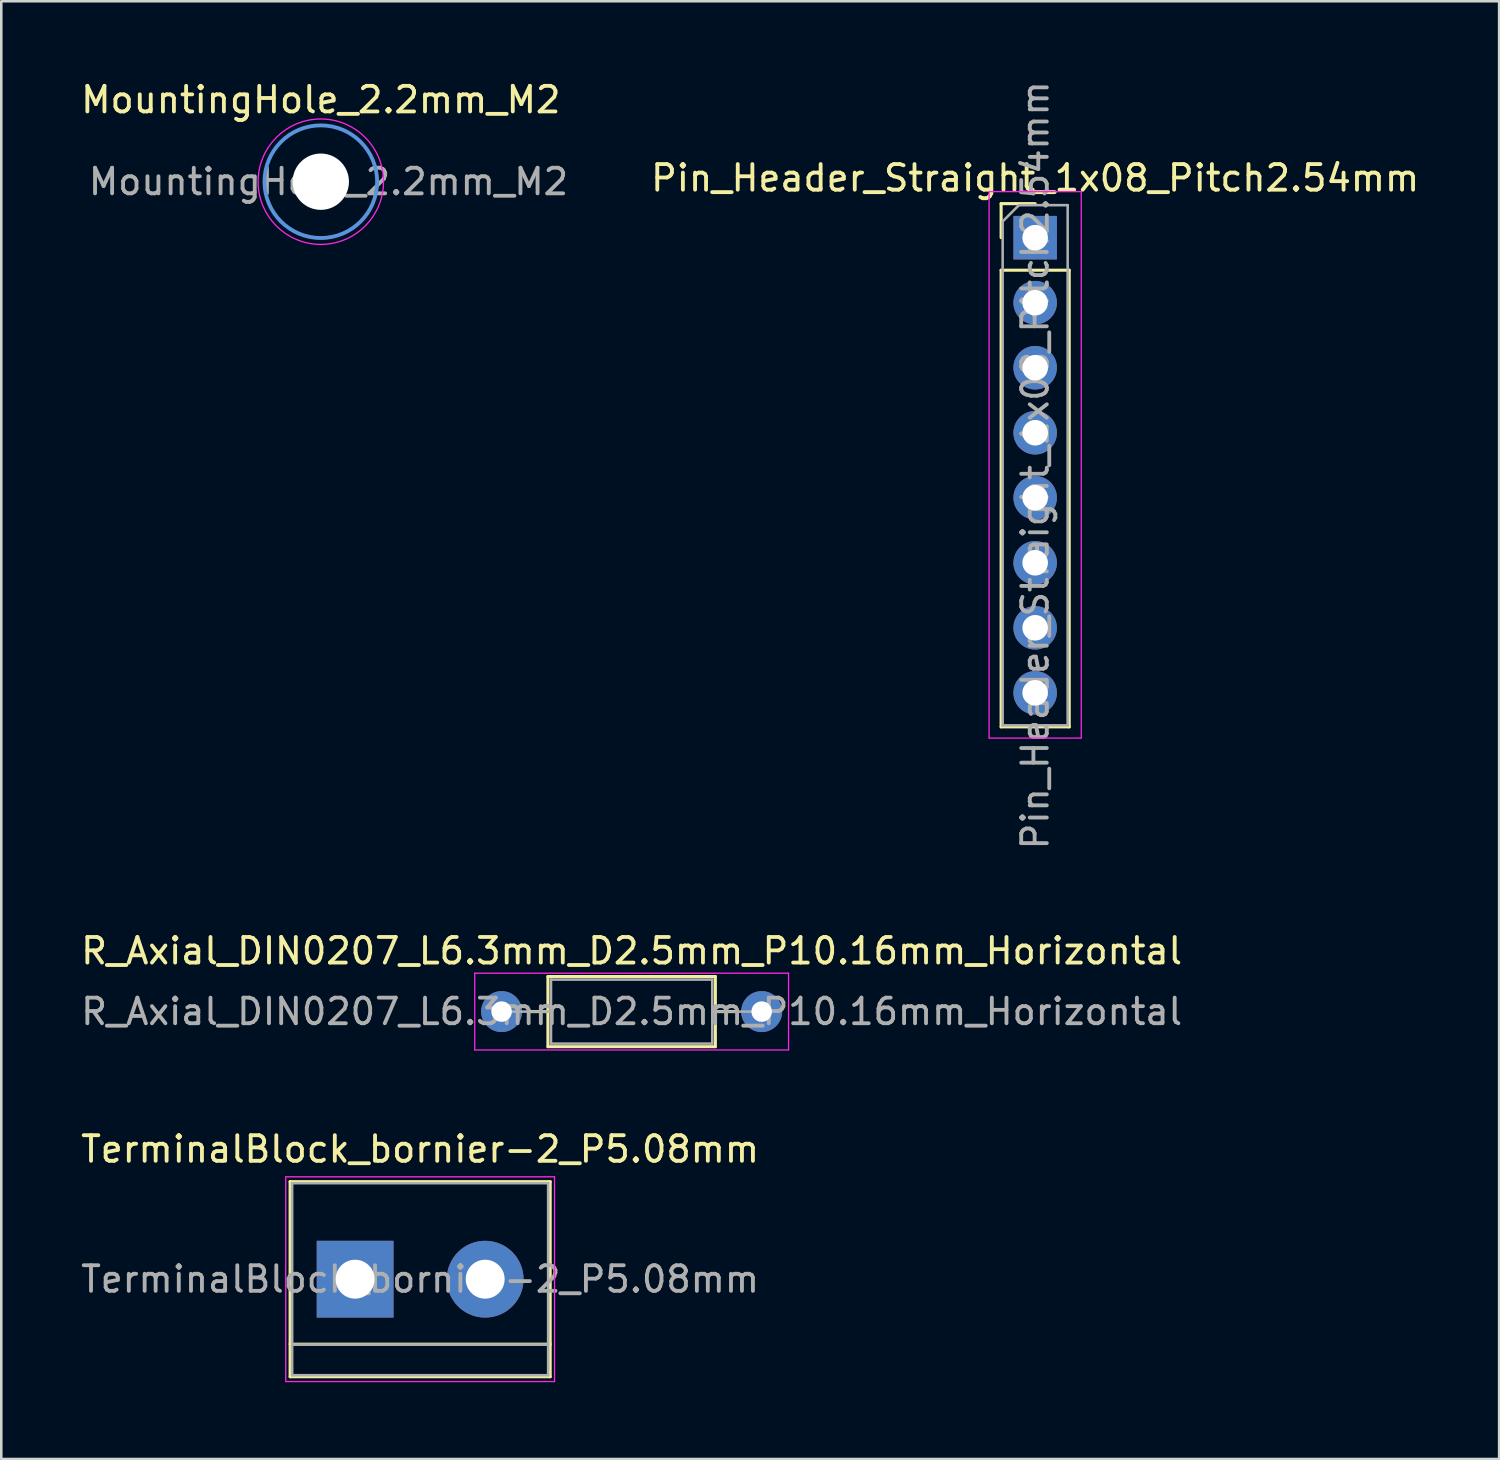
<source format=kicad_pcb>
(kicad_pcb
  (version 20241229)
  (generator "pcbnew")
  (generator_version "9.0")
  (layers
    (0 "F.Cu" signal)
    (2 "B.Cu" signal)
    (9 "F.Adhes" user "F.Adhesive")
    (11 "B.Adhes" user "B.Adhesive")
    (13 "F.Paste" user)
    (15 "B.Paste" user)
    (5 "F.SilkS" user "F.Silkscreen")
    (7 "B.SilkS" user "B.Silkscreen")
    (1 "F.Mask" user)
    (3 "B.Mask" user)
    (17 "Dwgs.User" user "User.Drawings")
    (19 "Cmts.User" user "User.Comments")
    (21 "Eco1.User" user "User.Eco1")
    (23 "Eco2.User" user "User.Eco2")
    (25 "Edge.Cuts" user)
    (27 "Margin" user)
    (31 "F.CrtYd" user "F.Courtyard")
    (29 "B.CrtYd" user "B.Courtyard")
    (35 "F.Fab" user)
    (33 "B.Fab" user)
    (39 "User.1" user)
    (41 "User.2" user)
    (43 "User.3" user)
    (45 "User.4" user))
  (footprint "TerminalBlock_bornier-2_P5.08mm"
    (layer "F.Cu")
    (at 10.823 46.922)
    (property "Reference" "TerminalBlock_bornier-2_P5.08mm" (at 2.54 -5.08 0) (layer "F.SilkS") (effects (font (size 1 1) (thickness 0.15))))
    (attr through_hole)
    (fp_line (start -2.54 -3.81) (end -2.54 3.81) (stroke (width 0.12) (type solid)) (layer "F.SilkS"))
    (fp_line (start -2.54 3.81) (end 7.62 3.81) (stroke (width 0.12) (type solid)) (layer "F.SilkS"))
    (fp_line (start 7.62 -3.81) (end -2.54 -3.81) (stroke (width 0.12) (type solid)) (layer "F.SilkS"))
    (fp_line (start 7.62 2.54) (end -2.54 2.54) (stroke (width 0.12) (type solid)) (layer "F.SilkS"))
    (fp_line (start 7.62 3.81) (end 7.62 -3.81) (stroke (width 0.12) (type solid)) (layer "F.SilkS"))
    (fp_line (start -2.71 -4) (end -2.71 4) (stroke (width 0.05) (type solid)) (layer "F.CrtYd"))
    (fp_line (start -2.71 -4) (end 7.79 -4) (stroke (width 0.05) (type solid)) (layer "F.CrtYd"))
    (fp_line (start 7.79 4) (end -2.71 4) (stroke (width 0.05) (type solid)) (layer "F.CrtYd"))
    (fp_line (start 7.79 4) (end 7.79 -4) (stroke (width 0.05) (type solid)) (layer "F.CrtYd"))
    (fp_line (start -2.46 -3.75) (end -2.46 3.75) (stroke (width 0.1) (type solid)) (layer "F.Fab"))
    (fp_line (start -2.46 3.75) (end 7.54 3.75) (stroke (width 0.1) (type solid)) (layer "F.Fab"))
    (fp_line (start -2.41 2.55) (end 7.49 2.55) (stroke (width 0.1) (type solid)) (layer "F.Fab"))
    (fp_line (start 7.54 -3.75) (end -2.46 -3.75) (stroke (width 0.1) (type solid)) (layer "F.Fab"))
    (fp_line (start 7.54 3.75) (end 7.54 -3.75) (stroke (width 0.1) (type solid)) (layer "F.Fab"))
    (fp_text user "${REFERENCE}" (at 2.54 0 0) (layer "F.Fab") (effects (font (size 1 1) (thickness 0.15))))
    (pad "1" thru_hole rect (at 0 0) (size 3 3) (drill 1.52) (layers "*.Cu" "*.Mask"))
    (pad "2" thru_hole circle (at 5.08 0) (size 3 3) (drill 1.52) (layers "*.Cu" "*.Mask")))
  (footprint "Pin_Header_Straight_1x08_Pitch2.54mm"
    (layer "F.Cu")
    (at 37.389 6.235)
    (property "Reference" "Pin_Header_Straight_1x08_Pitch2.54mm" (at 0 -2.33 0) (layer "F.SilkS") (effects (font (size 1 1) (thickness 0.15))))
    (attr through_hole)
    (fp_line (start -1.33 -1.33) (end 0 -1.33) (stroke (width 0.12) (type solid)) (layer "F.SilkS"))
    (fp_line (start -1.33 0) (end -1.33 -1.33) (stroke (width 0.12) (type solid)) (layer "F.SilkS"))
    (fp_line (start -1.33 1.27) (end -1.33 19.11) (stroke (width 0.12) (type solid)) (layer "F.SilkS"))
    (fp_line (start -1.33 1.27) (end 1.33 1.27) (stroke (width 0.12) (type solid)) (layer "F.SilkS"))
    (fp_line (start -1.33 19.11) (end 1.33 19.11) (stroke (width 0.12) (type solid)) (layer "F.SilkS"))
    (fp_line (start 1.33 1.27) (end 1.33 19.11) (stroke (width 0.12) (type solid)) (layer "F.SilkS"))
    (fp_line (start -1.8 -1.8) (end -1.8 19.55) (stroke (width 0.05) (type solid)) (layer "F.CrtYd"))
    (fp_line (start -1.8 19.55) (end 1.8 19.55) (stroke (width 0.05) (type solid)) (layer "F.CrtYd"))
    (fp_line (start 1.8 -1.8) (end -1.8 -1.8) (stroke (width 0.05) (type solid)) (layer "F.CrtYd"))
    (fp_line (start 1.8 19.55) (end 1.8 -1.8) (stroke (width 0.05) (type solid)) (layer "F.CrtYd"))
    (fp_line (start -1.27 -0.635) (end -0.635 -1.27) (stroke (width 0.1) (type solid)) (layer "F.Fab"))
    (fp_line (start -1.27 19.05) (end -1.27 -0.635) (stroke (width 0.1) (type solid)) (layer "F.Fab"))
    (fp_line (start -0.635 -1.27) (end 1.27 -1.27) (stroke (width 0.1) (type solid)) (layer "F.Fab"))
    (fp_line (start 1.27 -1.27) (end 1.27 19.05) (stroke (width 0.1) (type solid)) (layer "F.Fab"))
    (fp_line (start 1.27 19.05) (end -1.27 19.05) (stroke (width 0.1) (type solid)) (layer "F.Fab"))
    (fp_text user "${REFERENCE}" (at 0 8.89 90) (layer "F.Fab") (effects (font (size 1 1) (thickness 0.15))))
    (pad "1" thru_hole rect (at 0 0) (size 1.7 1.7) (drill 1) (layers "*.Cu" "*.Mask"))
    (pad "2" thru_hole oval (at 0 2.54) (size 1.7 1.7) (drill 1) (layers "*.Cu" "*.Mask"))
    (pad "3" thru_hole oval (at 0 5.08) (size 1.7 1.7) (drill 1) (layers "*.Cu" "*.Mask"))
    (pad "4" thru_hole oval (at 0 7.62) (size 1.7 1.7) (drill 1) (layers "*.Cu" "*.Mask"))
    (pad "5" thru_hole oval (at 0 10.16) (size 1.7 1.7) (drill 1) (layers "*.Cu" "*.Mask"))
    (pad "6" thru_hole oval (at 0 12.7) (size 1.7 1.7) (drill 1) (layers "*.Cu" "*.Mask"))
    (pad "7" thru_hole oval (at 0 15.24) (size 1.7 1.7) (drill 1) (layers "*.Cu" "*.Mask"))
    (pad "8" thru_hole oval (at 0 17.78) (size 1.7 1.7) (drill 1) (layers "*.Cu" "*.Mask")))
  (footprint "R_Axial_DIN0207_L6.3mm_D2.5mm_P10.16mm_Horizontal"
    (layer "F.Cu")
    (at 16.545 36.468)
    (property "Reference" "R_Axial_DIN0207_L6.3mm_D2.5mm_P10.16mm_Horizontal" (at 5.08 -2.37 0) (layer "F.SilkS") (effects (font (size 1 1) (thickness 0.15))))
    (attr through_hole)
    (fp_line (start 1.04 0) (end 1.81 0) (stroke (width 0.12) (type solid)) (layer "F.SilkS"))
    (fp_line (start 1.81 -1.37) (end 1.81 1.37) (stroke (width 0.12) (type solid)) (layer "F.SilkS"))
    (fp_line (start 1.81 1.37) (end 8.35 1.37) (stroke (width 0.12) (type solid)) (layer "F.SilkS"))
    (fp_line (start 8.35 -1.37) (end 1.81 -1.37) (stroke (width 0.12) (type solid)) (layer "F.SilkS"))
    (fp_line (start 8.35 1.37) (end 8.35 -1.37) (stroke (width 0.12) (type solid)) (layer "F.SilkS"))
    (fp_line (start 9.12 0) (end 8.35 0) (stroke (width 0.12) (type solid)) (layer "F.SilkS"))
    (fp_line (start -1.05 -1.5) (end -1.05 1.5) (stroke (width 0.05) (type solid)) (layer "F.CrtYd"))
    (fp_line (start -1.05 1.5) (end 11.21 1.5) (stroke (width 0.05) (type solid)) (layer "F.CrtYd"))
    (fp_line (start 11.21 -1.5) (end -1.05 -1.5) (stroke (width 0.05) (type solid)) (layer "F.CrtYd"))
    (fp_line (start 11.21 1.5) (end 11.21 -1.5) (stroke (width 0.05) (type solid)) (layer "F.CrtYd"))
    (fp_line (start 0 0) (end 1.93 0) (stroke (width 0.1) (type solid)) (layer "F.Fab"))
    (fp_line (start 1.93 -1.25) (end 1.93 1.25) (stroke (width 0.1) (type solid)) (layer "F.Fab"))
    (fp_line (start 1.93 1.25) (end 8.23 1.25) (stroke (width 0.1) (type solid)) (layer "F.Fab"))
    (fp_line (start 8.23 -1.25) (end 1.93 -1.25) (stroke (width 0.1) (type solid)) (layer "F.Fab"))
    (fp_line (start 8.23 1.25) (end 8.23 -1.25) (stroke (width 0.1) (type solid)) (layer "F.Fab"))
    (fp_line (start 10.16 0) (end 8.23 0) (stroke (width 0.1) (type solid)) (layer "F.Fab"))
    (fp_text user "${REFERENCE}" (at 5.08 0 0) (layer "F.Fab") (effects (font (size 1 1) (thickness 0.15))))
    (pad "1" thru_hole circle (at 0 0) (size 1.6 1.6) (drill 0.8) (layers "*.Cu" "*.Mask"))
    (pad "2" thru_hole oval (at 10.16 0) (size 1.6 1.6) (drill 0.8) (layers "*.Cu" "*.Mask")))
  (footprint "MountingHole_2.2mm_M2"
    (layer "F.Cu")
    (at 9.482 4.048)
    (property "Reference" "MountingHole_2.2mm_M2" (at 0 -3.2 0) (layer "F.SilkS") (effects (font (size 1 1) (thickness 0.15))))
    (attr exclude_from_pos_files exclude_from_bom)
    (fp_circle (center 0 0) (end 2.2 0) (stroke (width 0.15) (type solid)) (fill no) (layer "Cmts.User"))
    (fp_circle (center 0 0) (end 2.45 0) (stroke (width 0.05) (type solid)) (fill no) (layer "F.CrtYd"))
    (fp_text user "${REFERENCE}" (at 0.3 0 0) (layer "F.Fab") (effects (font (size 1 1) (thickness 0.15))))
    (pad "" np_thru_hole circle (at 0 0) (size 2.2 2.2) (drill 2.2) (layers "*.Cu" "*.Mask")))
  (gr_rect
    (start -3 -3)
    (end 55.514 53.947)
    (stroke (width 0.1) (type default))
    (fill no)
    (layer "Edge.Cuts")))
</source>
